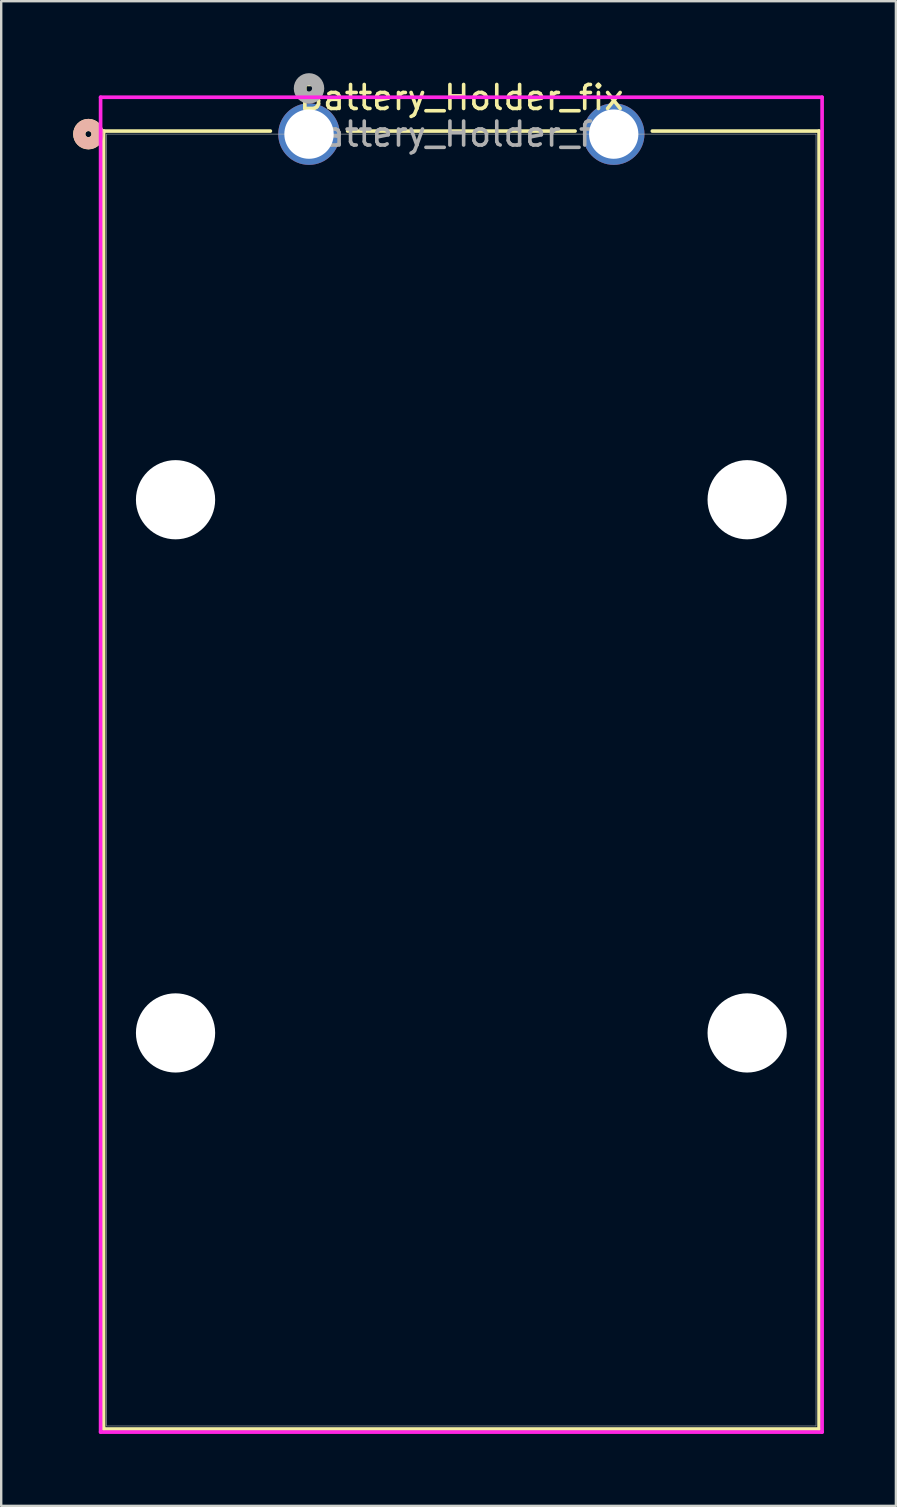
<source format=kicad_pcb>
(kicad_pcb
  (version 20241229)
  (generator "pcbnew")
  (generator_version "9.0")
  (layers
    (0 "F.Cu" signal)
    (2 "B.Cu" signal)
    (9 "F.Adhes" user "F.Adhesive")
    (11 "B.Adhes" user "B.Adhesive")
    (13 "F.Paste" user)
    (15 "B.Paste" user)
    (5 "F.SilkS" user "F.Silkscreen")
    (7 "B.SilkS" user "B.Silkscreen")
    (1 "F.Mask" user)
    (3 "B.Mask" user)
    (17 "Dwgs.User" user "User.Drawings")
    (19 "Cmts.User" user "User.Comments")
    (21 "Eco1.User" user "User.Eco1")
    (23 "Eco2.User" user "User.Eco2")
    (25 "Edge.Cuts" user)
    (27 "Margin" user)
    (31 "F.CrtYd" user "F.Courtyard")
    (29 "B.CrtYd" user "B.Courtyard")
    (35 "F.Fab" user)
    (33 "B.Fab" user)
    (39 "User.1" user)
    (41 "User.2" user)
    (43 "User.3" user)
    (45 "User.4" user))
  (footprint "Battery_Holder_fix"
    (layer "F.Cu")
    (at 9.83 2.54)
    (property "Reference" "Battery_Holder_fix" (at 6.35 -1.524 0) (unlocked yes) (layer "F.SilkS") (effects (font (size 1 1) (thickness 0.15))))
    (attr through_hole)
    (fp_line (start -8.56 -0.127) (end -8.56 53.975) (stroke (width 0.152) (type solid)) (layer "F.SilkS"))
    (fp_line (start -8.56 53.975) (end 21.26 53.975) (stroke (width 0.152) (type solid)) (layer "F.SilkS"))
    (fp_line (start -1.61 -0.127) (end -8.56 -0.127) (stroke (width 0.152) (type solid)) (layer "F.SilkS"))
    (fp_line (start 11.09 -0.127) (end 1.61 -0.127) (stroke (width 0.152) (type solid)) (layer "F.SilkS"))
    (fp_line (start 21.26 -0.127) (end 14.31 -0.127) (stroke (width 0.152) (type solid)) (layer "F.SilkS"))
    (fp_line (start 21.26 53.975) (end 21.26 -0.127) (stroke (width 0.152) (type solid)) (layer "F.SilkS"))
    (fp_circle (center -9.195 0) (end -8.814 0) (stroke (width 0.508) (type solid)) (fill no) (layer "F.SilkS"))
    (fp_circle (center -9.195 0) (end -8.814 0) (stroke (width 0.508) (type solid)) (fill no) (layer "B.SilkS"))
    (fp_line (start -8.687 -1.537) (end -8.687 54.102) (stroke (width 0.152) (type solid)) (layer "F.CrtYd"))
    (fp_line (start -8.687 54.102) (end 21.387 54.102) (stroke (width 0.152) (type solid)) (layer "F.CrtYd"))
    (fp_line (start 21.387 -1.537) (end -8.687 -1.537) (stroke (width 0.152) (type solid)) (layer "F.CrtYd"))
    (fp_line (start 21.387 54.102) (end 21.387 -1.537) (stroke (width 0.152) (type solid)) (layer "F.CrtYd"))
    (fp_line (start -8.433 0) (end -8.433 53.848) (stroke (width 0.025) (type solid)) (layer "F.Fab"))
    (fp_line (start -8.433 53.848) (end 21.133 53.848) (stroke (width 0.025) (type solid)) (layer "F.Fab"))
    (fp_line (start 21.133 0) (end -8.433 0) (stroke (width 0.025) (type solid)) (layer "F.Fab"))
    (fp_line (start 21.133 53.848) (end 21.133 0) (stroke (width 0.025) (type solid)) (layer "F.Fab"))
    (fp_circle (center 0 -1.905) (end 0.381 -1.905) (stroke (width 0.508) (type solid)) (fill no) (layer "F.Fab"))
    (fp_text user "${REFERENCE}" (at 6.35 0 0) (unlocked yes) (layer "F.Fab") (effects (font (size 1 1) (thickness 0.15))))
    (pad "" np_thru_hole circle (at -5.563 15.24 90) (size 3.302 3.302) (drill 3.302) (layers "*.Cu" "*.Mask"))
    (pad "" np_thru_hole circle (at -5.563 37.465 90) (size 3.302 3.302) (drill 3.302) (layers "*.Cu" "*.Mask"))
    (pad "" np_thru_hole circle (at 18.263 15.24 90) (size 3.302 3.302) (drill 3.302) (layers "*.Cu" "*.Mask"))
    (pad "" np_thru_hole circle (at 18.263 37.465 90) (size 3.302 3.302) (drill 3.302) (layers "*.Cu" "*.Mask"))
    (pad "1" thru_hole circle (at 0 0) (size 2.565 2.565) (drill 2.057) (layers "*.Cu" "*.Mask"))
    (pad "2" thru_hole circle (at 12.7 0) (size 2.565 2.565) (drill 2.057) (layers "*.Cu" "*.Mask")))
  (gr_rect
    (start -3 -3)
    (end 34.293 59.718)
    (stroke (width 0.1) (type default))
    (fill no)
    (layer "Edge.Cuts")))
</source>
